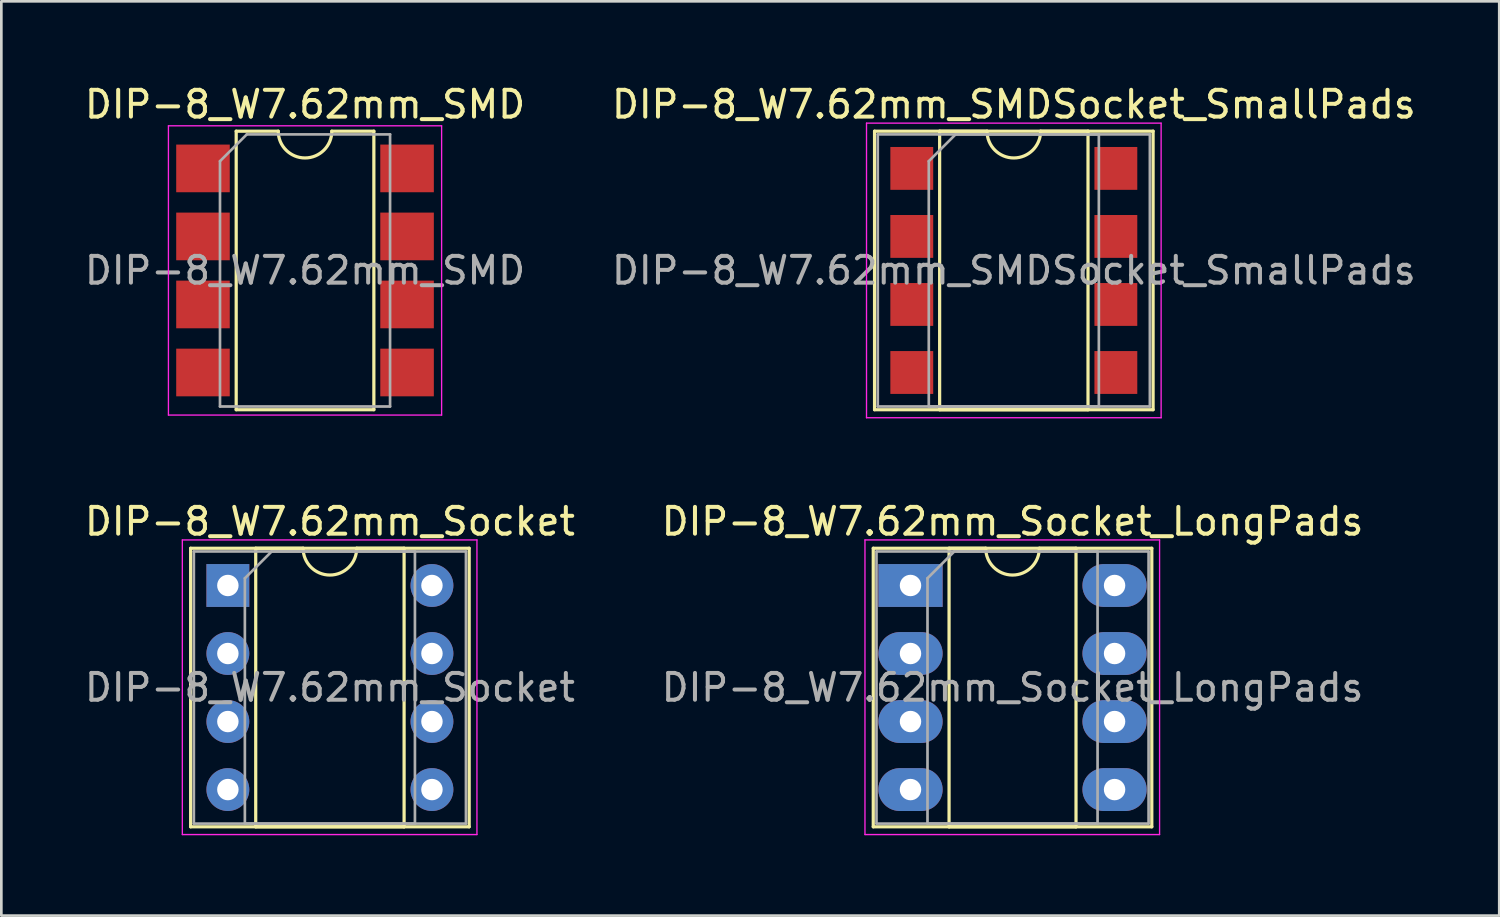
<source format=kicad_pcb>
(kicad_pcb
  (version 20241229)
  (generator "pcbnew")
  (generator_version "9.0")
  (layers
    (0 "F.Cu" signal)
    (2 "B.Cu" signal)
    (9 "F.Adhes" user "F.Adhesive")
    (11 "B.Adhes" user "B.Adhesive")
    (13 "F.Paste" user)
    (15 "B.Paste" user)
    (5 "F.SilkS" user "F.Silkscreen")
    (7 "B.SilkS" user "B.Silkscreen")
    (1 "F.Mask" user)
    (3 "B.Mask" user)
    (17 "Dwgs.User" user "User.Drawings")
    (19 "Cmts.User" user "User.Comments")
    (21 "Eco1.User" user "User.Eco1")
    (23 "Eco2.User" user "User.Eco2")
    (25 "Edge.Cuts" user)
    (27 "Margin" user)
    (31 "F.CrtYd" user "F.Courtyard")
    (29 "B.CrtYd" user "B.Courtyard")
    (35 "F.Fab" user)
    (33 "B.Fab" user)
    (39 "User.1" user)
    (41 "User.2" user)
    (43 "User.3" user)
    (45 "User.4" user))
  (footprint "DIP-8_W7.62mm_SMD"
    (layer "F.Cu")
    (at 8.339 7.048)
    (property "Reference" "DIP-8_W7.62mm_SMD" (at 0 -6.2 0) (layer "F.SilkS") (effects (font (size 1 1) (thickness 0.15))))
    (attr smd)
    (fp_line (start -2.57 -5.2) (end -2.57 5.2) (stroke (width 0.12) (type solid)) (layer "F.SilkS"))
    (fp_line (start -2.57 5.2) (end 2.57 5.2) (stroke (width 0.12) (type solid)) (layer "F.SilkS"))
    (fp_line (start -1 -5.2) (end -2.57 -5.2) (stroke (width 0.12) (type solid)) (layer "F.SilkS"))
    (fp_line (start 2.57 -5.2) (end 1 -5.2) (stroke (width 0.12) (type solid)) (layer "F.SilkS"))
    (fp_line (start 2.57 5.2) (end 2.57 -5.2) (stroke (width 0.12) (type solid)) (layer "F.SilkS"))
    (fp_arc (start 1 -5.2) (mid 0 -4.2) (end -1 -5.2) (stroke (width 0.12) (type solid)) (layer "F.SilkS"))
    (fp_line (start -5.1 -5.4) (end -5.1 5.4) (stroke (width 0.05) (type solid)) (layer "F.CrtYd"))
    (fp_line (start -5.1 5.4) (end 5.1 5.4) (stroke (width 0.05) (type solid)) (layer "F.CrtYd"))
    (fp_line (start 5.1 -5.4) (end -5.1 -5.4) (stroke (width 0.05) (type solid)) (layer "F.CrtYd"))
    (fp_line (start 5.1 5.4) (end 5.1 -5.4) (stroke (width 0.05) (type solid)) (layer "F.CrtYd"))
    (fp_line (start -3.175 -4.08) (end -2.175 -5.08) (stroke (width 0.1) (type solid)) (layer "F.Fab"))
    (fp_line (start -3.175 5.08) (end -3.175 -4.08) (stroke (width 0.1) (type solid)) (layer "F.Fab"))
    (fp_line (start -2.175 -5.08) (end 3.175 -5.08) (stroke (width 0.1) (type solid)) (layer "F.Fab"))
    (fp_line (start 3.175 -5.08) (end 3.175 5.08) (stroke (width 0.1) (type solid)) (layer "F.Fab"))
    (fp_line (start 3.175 5.08) (end -3.175 5.08) (stroke (width 0.1) (type solid)) (layer "F.Fab"))
    (fp_text user "${REFERENCE}" (at 0 0 0) (layer "F.Fab") (effects (font (size 1 1) (thickness 0.15))))
    (pad "1" smd rect (at -3.81 -3.81) (size 2 1.78) (layers "F.Cu" "F.Mask" "F.Paste"))
    (pad "2" smd rect (at -3.81 -1.27) (size 2 1.78) (layers "F.Cu" "F.Mask" "F.Paste"))
    (pad "3" smd rect (at -3.81 1.27) (size 2 1.78) (layers "F.Cu" "F.Mask" "F.Paste"))
    (pad "4" smd rect (at -3.81 3.81) (size 2 1.78) (layers "F.Cu" "F.Mask" "F.Paste"))
    (pad "5" smd rect (at 3.81 3.81) (size 2 1.78) (layers "F.Cu" "F.Mask" "F.Paste"))
    (pad "6" smd rect (at 3.81 1.27) (size 2 1.78) (layers "F.Cu" "F.Mask" "F.Paste"))
    (pad "7" smd rect (at 3.81 -1.27) (size 2 1.78) (layers "F.Cu" "F.Mask" "F.Paste"))
    (pad "8" smd rect (at 3.81 -3.81) (size 2 1.78) (layers "F.Cu" "F.Mask" "F.Paste")))
  (footprint "DIP-8_W7.62mm_SMDSocket_SmallPads"
    (layer "F.Cu")
    (at 34.804 7.048)
    (property "Reference" "DIP-8_W7.62mm_SMDSocket_SmallPads" (at 0 -6.2 0) (layer "F.SilkS") (effects (font (size 1 1) (thickness 0.15))))
    (attr smd)
    (fp_line (start -5.2 -5.2) (end -5.2 5.2) (stroke (width 0.12) (type solid)) (layer "F.SilkS"))
    (fp_line (start -5.2 5.2) (end 5.2 5.2) (stroke (width 0.12) (type solid)) (layer "F.SilkS"))
    (fp_line (start -2.77 -5.2) (end -2.77 5.2) (stroke (width 0.12) (type solid)) (layer "F.SilkS"))
    (fp_line (start -2.77 5.2) (end 2.77 5.2) (stroke (width 0.12) (type solid)) (layer "F.SilkS"))
    (fp_line (start -1 -5.2) (end -2.77 -5.2) (stroke (width 0.12) (type solid)) (layer "F.SilkS"))
    (fp_line (start 2.77 -5.2) (end 1 -5.2) (stroke (width 0.12) (type solid)) (layer "F.SilkS"))
    (fp_line (start 2.77 5.2) (end 2.77 -5.2) (stroke (width 0.12) (type solid)) (layer "F.SilkS"))
    (fp_line (start 5.2 -5.2) (end -5.2 -5.2) (stroke (width 0.12) (type solid)) (layer "F.SilkS"))
    (fp_line (start 5.2 5.2) (end 5.2 -5.2) (stroke (width 0.12) (type solid)) (layer "F.SilkS"))
    (fp_arc (start 1 -5.2) (mid 0 -4.2) (end -1 -5.2) (stroke (width 0.12) (type solid)) (layer "F.SilkS"))
    (fp_line (start -5.5 -5.5) (end -5.5 5.5) (stroke (width 0.05) (type solid)) (layer "F.CrtYd"))
    (fp_line (start -5.5 5.5) (end 5.5 5.5) (stroke (width 0.05) (type solid)) (layer "F.CrtYd"))
    (fp_line (start 5.5 -5.5) (end -5.5 -5.5) (stroke (width 0.05) (type solid)) (layer "F.CrtYd"))
    (fp_line (start 5.5 5.5) (end 5.5 -5.5) (stroke (width 0.05) (type solid)) (layer "F.CrtYd"))
    (fp_line (start -5.08 -5.08) (end -5.08 5.08) (stroke (width 0.1) (type solid)) (layer "F.Fab"))
    (fp_line (start -5.08 5.08) (end 5.08 5.08) (stroke (width 0.1) (type solid)) (layer "F.Fab"))
    (fp_line (start -3.175 -4.08) (end -2.175 -5.08) (stroke (width 0.1) (type solid)) (layer "F.Fab"))
    (fp_line (start -3.175 5.08) (end -3.175 -4.08) (stroke (width 0.1) (type solid)) (layer "F.Fab"))
    (fp_line (start -2.175 -5.08) (end 3.175 -5.08) (stroke (width 0.1) (type solid)) (layer "F.Fab"))
    (fp_line (start 3.175 -5.08) (end 3.175 5.08) (stroke (width 0.1) (type solid)) (layer "F.Fab"))
    (fp_line (start 3.175 5.08) (end -3.175 5.08) (stroke (width 0.1) (type solid)) (layer "F.Fab"))
    (fp_line (start 5.08 -5.08) (end -5.08 -5.08) (stroke (width 0.1) (type solid)) (layer "F.Fab"))
    (fp_line (start 5.08 5.08) (end 5.08 -5.08) (stroke (width 0.1) (type solid)) (layer "F.Fab"))
    (fp_text user "${REFERENCE}" (at 0 0 0) (layer "F.Fab") (effects (font (size 1 1) (thickness 0.15))))
    (pad "1" smd rect (at -3.81 -3.81) (size 1.6 1.6) (layers "F.Cu" "F.Mask" "F.Paste"))
    (pad "2" smd rect (at -3.81 -1.27) (size 1.6 1.6) (layers "F.Cu" "F.Mask" "F.Paste"))
    (pad "3" smd rect (at -3.81 1.27) (size 1.6 1.6) (layers "F.Cu" "F.Mask" "F.Paste"))
    (pad "4" smd rect (at -3.81 3.81) (size 1.6 1.6) (layers "F.Cu" "F.Mask" "F.Paste"))
    (pad "5" smd rect (at 3.81 3.81) (size 1.6 1.6) (layers "F.Cu" "F.Mask" "F.Paste"))
    (pad "6" smd rect (at 3.81 1.27) (size 1.6 1.6) (layers "F.Cu" "F.Mask" "F.Paste"))
    (pad "7" smd rect (at 3.81 -1.27) (size 1.6 1.6) (layers "F.Cu" "F.Mask" "F.Paste"))
    (pad "8" smd rect (at 3.81 -3.81) (size 1.6 1.6) (layers "F.Cu" "F.Mask" "F.Paste")))
  (footprint "DIP-8_W7.62mm_Socket"
    (layer "F.Cu")
    (at 5.458 18.811)
    (property "Reference" "DIP-8_W7.62mm_Socket" (at 3.81 -2.39 0) (layer "F.SilkS") (effects (font (size 1 1) (thickness 0.15))))
    (attr through_hole)
    (fp_line (start -1.39 -1.39) (end -1.39 9.01) (stroke (width 0.12) (type solid)) (layer "F.SilkS"))
    (fp_line (start -1.39 9.01) (end 9.01 9.01) (stroke (width 0.12) (type solid)) (layer "F.SilkS"))
    (fp_line (start 1.04 -1.39) (end 1.04 9.01) (stroke (width 0.12) (type solid)) (layer "F.SilkS"))
    (fp_line (start 1.04 9.01) (end 6.58 9.01) (stroke (width 0.12) (type solid)) (layer "F.SilkS"))
    (fp_line (start 2.81 -1.39) (end 1.04 -1.39) (stroke (width 0.12) (type solid)) (layer "F.SilkS"))
    (fp_line (start 6.58 -1.39) (end 4.81 -1.39) (stroke (width 0.12) (type solid)) (layer "F.SilkS"))
    (fp_line (start 6.58 9.01) (end 6.58 -1.39) (stroke (width 0.12) (type solid)) (layer "F.SilkS"))
    (fp_line (start 9.01 -1.39) (end -1.39 -1.39) (stroke (width 0.12) (type solid)) (layer "F.SilkS"))
    (fp_line (start 9.01 9.01) (end 9.01 -1.39) (stroke (width 0.12) (type solid)) (layer "F.SilkS"))
    (fp_arc (start 4.81 -1.39) (mid 3.81 -0.39) (end 2.81 -1.39) (stroke (width 0.12) (type solid)) (layer "F.SilkS"))
    (fp_line (start -1.7 -1.7) (end -1.7 9.3) (stroke (width 0.05) (type solid)) (layer "F.CrtYd"))
    (fp_line (start -1.7 9.3) (end 9.3 9.3) (stroke (width 0.05) (type solid)) (layer "F.CrtYd"))
    (fp_line (start 9.3 -1.7) (end -1.7 -1.7) (stroke (width 0.05) (type solid)) (layer "F.CrtYd"))
    (fp_line (start 9.3 9.3) (end 9.3 -1.7) (stroke (width 0.05) (type solid)) (layer "F.CrtYd"))
    (fp_line (start -1.27 -1.27) (end -1.27 8.89) (stroke (width 0.1) (type solid)) (layer "F.Fab"))
    (fp_line (start -1.27 8.89) (end 8.89 8.89) (stroke (width 0.1) (type solid)) (layer "F.Fab"))
    (fp_line (start 0.635 -0.27) (end 1.635 -1.27) (stroke (width 0.1) (type solid)) (layer "F.Fab"))
    (fp_line (start 0.635 8.89) (end 0.635 -0.27) (stroke (width 0.1) (type solid)) (layer "F.Fab"))
    (fp_line (start 1.635 -1.27) (end 6.985 -1.27) (stroke (width 0.1) (type solid)) (layer "F.Fab"))
    (fp_line (start 6.985 -1.27) (end 6.985 8.89) (stroke (width 0.1) (type solid)) (layer "F.Fab"))
    (fp_line (start 6.985 8.89) (end 0.635 8.89) (stroke (width 0.1) (type solid)) (layer "F.Fab"))
    (fp_line (start 8.89 -1.27) (end -1.27 -1.27) (stroke (width 0.1) (type solid)) (layer "F.Fab"))
    (fp_line (start 8.89 8.89) (end 8.89 -1.27) (stroke (width 0.1) (type solid)) (layer "F.Fab"))
    (fp_text user "${REFERENCE}" (at 3.81 3.81 0) (layer "F.Fab") (effects (font (size 1 1) (thickness 0.15))))
    (pad "1" thru_hole rect (at 0 0) (size 1.6 1.6) (drill 0.8) (layers "*.Cu" "*.Mask"))
    (pad "2" thru_hole oval (at 0 2.54) (size 1.6 1.6) (drill 0.8) (layers "*.Cu" "*.Mask"))
    (pad "3" thru_hole oval (at 0 5.08) (size 1.6 1.6) (drill 0.8) (layers "*.Cu" "*.Mask"))
    (pad "4" thru_hole oval (at 0 7.62) (size 1.6 1.6) (drill 0.8) (layers "*.Cu" "*.Mask"))
    (pad "5" thru_hole oval (at 7.62 7.62) (size 1.6 1.6) (drill 0.8) (layers "*.Cu" "*.Mask"))
    (pad "6" thru_hole oval (at 7.62 5.08) (size 1.6 1.6) (drill 0.8) (layers "*.Cu" "*.Mask"))
    (pad "7" thru_hole oval (at 7.62 2.54) (size 1.6 1.6) (drill 0.8) (layers "*.Cu" "*.Mask"))
    (pad "8" thru_hole oval (at 7.62 0) (size 1.6 1.6) (drill 0.8) (layers "*.Cu" "*.Mask")))
  (footprint "DIP-8_W7.62mm_Socket_LongPads"
    (layer "F.Cu")
    (at 30.946 18.811)
    (property "Reference" "DIP-8_W7.62mm_Socket_LongPads" (at 3.81 -2.39 0) (layer "F.SilkS") (effects (font (size 1 1) (thickness 0.15))))
    (attr through_hole)
    (fp_line (start -1.39 -1.39) (end -1.39 9.01) (stroke (width 0.12) (type solid)) (layer "F.SilkS"))
    (fp_line (start -1.39 9.01) (end 9.01 9.01) (stroke (width 0.12) (type solid)) (layer "F.SilkS"))
    (fp_line (start 1.44 -1.39) (end 1.44 9.01) (stroke (width 0.12) (type solid)) (layer "F.SilkS"))
    (fp_line (start 1.44 9.01) (end 6.18 9.01) (stroke (width 0.12) (type solid)) (layer "F.SilkS"))
    (fp_line (start 2.81 -1.39) (end 1.44 -1.39) (stroke (width 0.12) (type solid)) (layer "F.SilkS"))
    (fp_line (start 6.18 -1.39) (end 4.81 -1.39) (stroke (width 0.12) (type solid)) (layer "F.SilkS"))
    (fp_line (start 6.18 9.01) (end 6.18 -1.39) (stroke (width 0.12) (type solid)) (layer "F.SilkS"))
    (fp_line (start 9.01 -1.39) (end -1.39 -1.39) (stroke (width 0.12) (type solid)) (layer "F.SilkS"))
    (fp_line (start 9.01 9.01) (end 9.01 -1.39) (stroke (width 0.12) (type solid)) (layer "F.SilkS"))
    (fp_arc (start 4.81 -1.39) (mid 3.81 -0.39) (end 2.81 -1.39) (stroke (width 0.12) (type solid)) (layer "F.SilkS"))
    (fp_line (start -1.7 -1.7) (end -1.7 9.3) (stroke (width 0.05) (type solid)) (layer "F.CrtYd"))
    (fp_line (start -1.7 9.3) (end 9.3 9.3) (stroke (width 0.05) (type solid)) (layer "F.CrtYd"))
    (fp_line (start 9.3 -1.7) (end -1.7 -1.7) (stroke (width 0.05) (type solid)) (layer "F.CrtYd"))
    (fp_line (start 9.3 9.3) (end 9.3 -1.7) (stroke (width 0.05) (type solid)) (layer "F.CrtYd"))
    (fp_line (start -1.27 -1.27) (end -1.27 8.89) (stroke (width 0.1) (type solid)) (layer "F.Fab"))
    (fp_line (start -1.27 8.89) (end 8.89 8.89) (stroke (width 0.1) (type solid)) (layer "F.Fab"))
    (fp_line (start 0.635 -0.27) (end 1.635 -1.27) (stroke (width 0.1) (type solid)) (layer "F.Fab"))
    (fp_line (start 0.635 8.89) (end 0.635 -0.27) (stroke (width 0.1) (type solid)) (layer "F.Fab"))
    (fp_line (start 1.635 -1.27) (end 6.985 -1.27) (stroke (width 0.1) (type solid)) (layer "F.Fab"))
    (fp_line (start 6.985 -1.27) (end 6.985 8.89) (stroke (width 0.1) (type solid)) (layer "F.Fab"))
    (fp_line (start 6.985 8.89) (end 0.635 8.89) (stroke (width 0.1) (type solid)) (layer "F.Fab"))
    (fp_line (start 8.89 -1.27) (end -1.27 -1.27) (stroke (width 0.1) (type solid)) (layer "F.Fab"))
    (fp_line (start 8.89 8.89) (end 8.89 -1.27) (stroke (width 0.1) (type solid)) (layer "F.Fab"))
    (fp_text user "${REFERENCE}" (at 3.81 3.81 0) (layer "F.Fab") (effects (font (size 1 1) (thickness 0.15))))
    (pad "1" thru_hole rect (at 0 0) (size 2.4 1.6) (drill 0.8) (layers "*.Cu" "*.Mask"))
    (pad "2" thru_hole oval (at 0 2.54) (size 2.4 1.6) (drill 0.8) (layers "*.Cu" "*.Mask"))
    (pad "3" thru_hole oval (at 0 5.08) (size 2.4 1.6) (drill 0.8) (layers "*.Cu" "*.Mask"))
    (pad "4" thru_hole oval (at 0 7.62) (size 2.4 1.6) (drill 0.8) (layers "*.Cu" "*.Mask"))
    (pad "5" thru_hole oval (at 7.62 7.62) (size 2.4 1.6) (drill 0.8) (layers "*.Cu" "*.Mask"))
    (pad "6" thru_hole oval (at 7.62 5.08) (size 2.4 1.6) (drill 0.8) (layers "*.Cu" "*.Mask"))
    (pad "7" thru_hole oval (at 7.62 2.54) (size 2.4 1.6) (drill 0.8) (layers "*.Cu" "*.Mask"))
    (pad "8" thru_hole oval (at 7.62 0) (size 2.4 1.6) (drill 0.8) (layers "*.Cu" "*.Mask")))
  (gr_rect
    (start -3 -3)
    (end 52.929 31.137)
    (stroke (width 0.1) (type default))
    (fill no)
    (layer "Edge.Cuts")))
</source>
